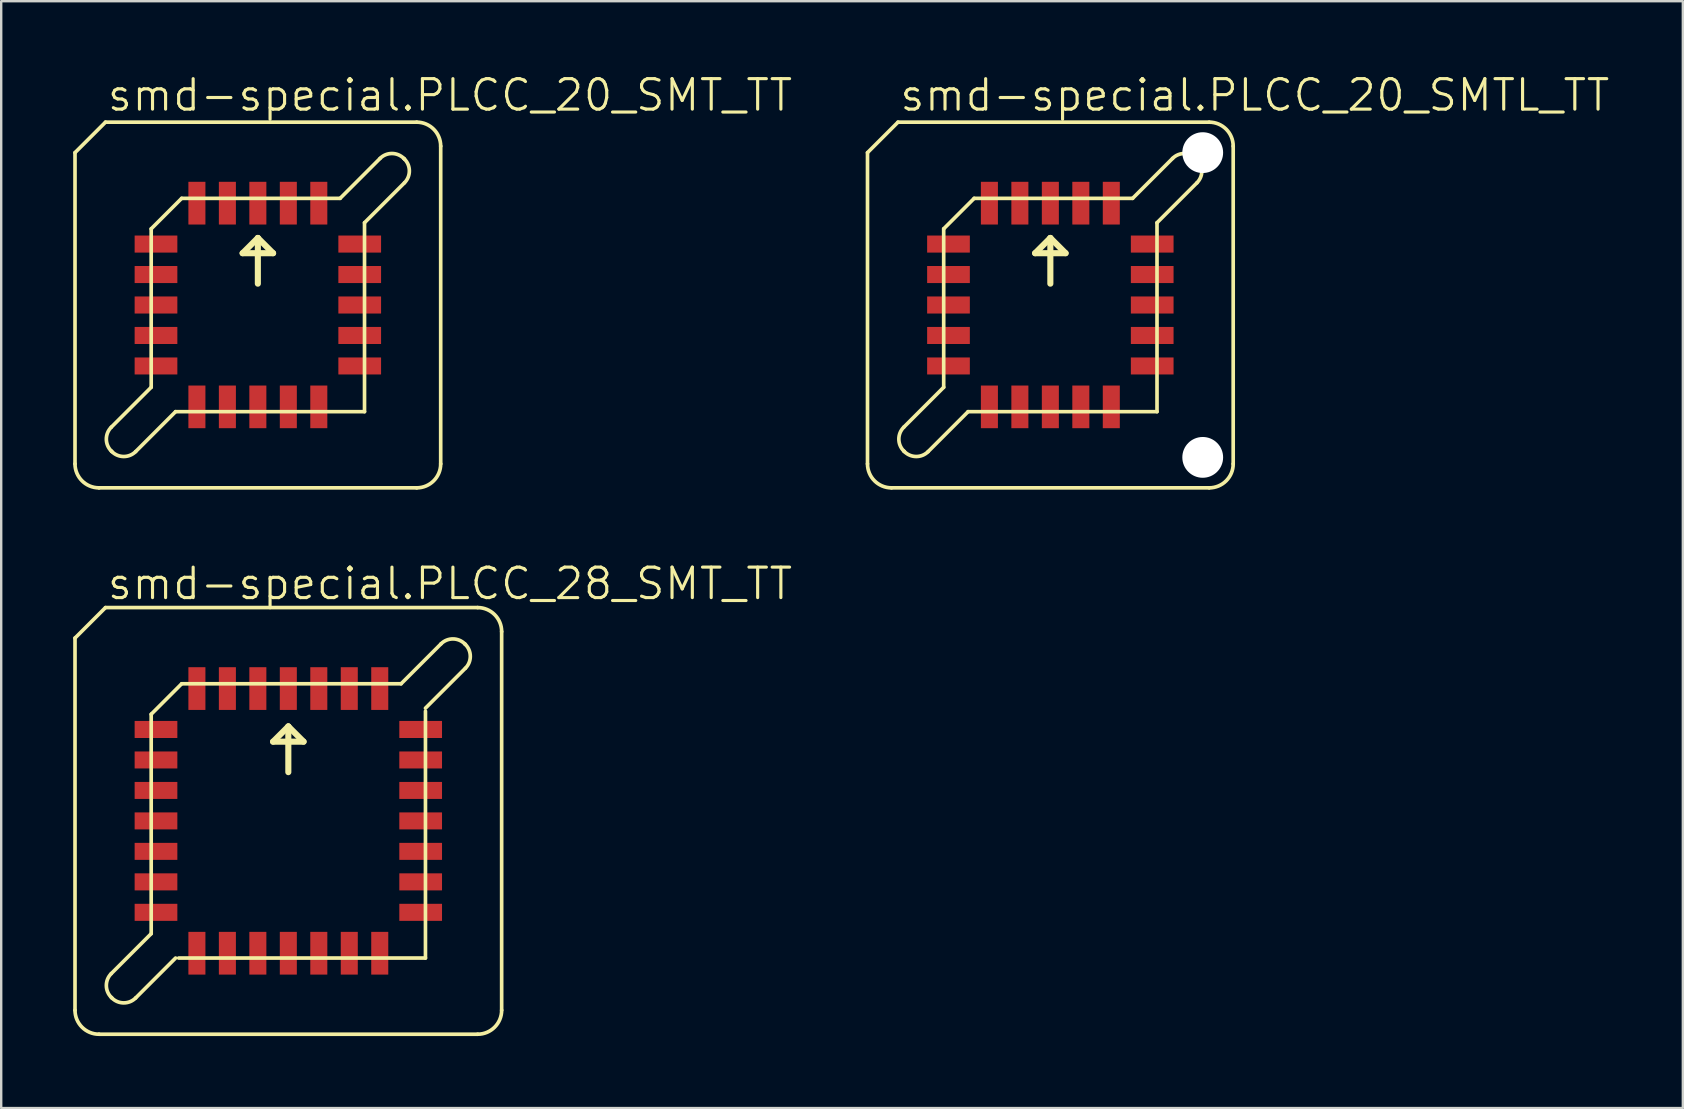
<source format=kicad_pcb>
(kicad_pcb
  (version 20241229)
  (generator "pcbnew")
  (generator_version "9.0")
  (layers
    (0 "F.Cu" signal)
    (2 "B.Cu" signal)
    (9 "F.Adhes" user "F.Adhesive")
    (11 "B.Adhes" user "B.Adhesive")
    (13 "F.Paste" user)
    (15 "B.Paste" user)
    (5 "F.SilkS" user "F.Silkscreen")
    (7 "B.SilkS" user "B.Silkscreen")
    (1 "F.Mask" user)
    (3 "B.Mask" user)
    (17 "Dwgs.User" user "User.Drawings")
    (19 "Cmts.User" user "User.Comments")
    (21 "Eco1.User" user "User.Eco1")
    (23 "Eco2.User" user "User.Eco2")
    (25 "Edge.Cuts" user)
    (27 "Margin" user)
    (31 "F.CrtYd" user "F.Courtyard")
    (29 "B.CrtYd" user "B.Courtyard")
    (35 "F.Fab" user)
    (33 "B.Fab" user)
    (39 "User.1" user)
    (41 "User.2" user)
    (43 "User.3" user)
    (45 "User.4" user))
  (footprint "smd-special.PLCC_28_SMT_TT"
    (layer "F.Cu")
    (at 8.966 31.161)
    (property "Reference" "smd-special.PLCC_28_SMT_TT" (at -7.62 -9.144 0) (layer "F.SilkS") (effects (font (size 1.27 1.27) (thickness 0.13)) (justify left bottom)))
    (attr smd)
    (fp_line (start -8.89 7.89) (end -8.89 -7.62) (stroke (width 0.152) (type default)) (layer "F.SilkS"))
    (fp_line (start -7.89 8.89) (end 7.89 8.89) (stroke (width 0.152) (type default)) (layer "F.SilkS"))
    (fp_line (start -7.62 -8.89) (end -8.89 -7.62) (stroke (width 0.152) (type default)) (layer "F.SilkS"))
    (fp_line (start -7.379 6.363) (end -5.715 4.699) (stroke (width 0.152) (type default)) (layer "F.SilkS"))
    (fp_line (start -7.353 7.379) (end -7.379 7.353) (stroke (width 0.152) (type default)) (layer "F.SilkS"))
    (fp_line (start -5.715 -4.445) (end -4.445 -5.715) (stroke (width 0.152) (type default)) (layer "F.SilkS"))
    (fp_line (start -5.715 4.699) (end -5.715 -4.445) (stroke (width 0.152) (type default)) (layer "F.SilkS"))
    (fp_line (start -4.699 5.715) (end -6.363 7.379) (stroke (width 0.152) (type default)) (layer "F.SilkS"))
    (fp_line (start -4.572 5.715) (end 5.715 5.715) (stroke (width 0.152) (type default)) (layer "F.SilkS"))
    (fp_line (start -0.635 -3.302) (end 0 -3.937) (stroke (width 0.254) (type default)) (layer "F.SilkS"))
    (fp_line (start 0 -3.937) (end 0 -2.032) (stroke (width 0.254) (type default)) (layer "F.SilkS"))
    (fp_line (start 0 -3.937) (end 0.635 -3.302) (stroke (width 0.254) (type default)) (layer "F.SilkS"))
    (fp_line (start 0.635 -3.302) (end -0.635 -3.302) (stroke (width 0.254) (type default)) (layer "F.SilkS"))
    (fp_line (start 4.699 -5.715) (end -4.445 -5.715) (stroke (width 0.152) (type default)) (layer "F.SilkS"))
    (fp_line (start 5.715 -4.699) (end 7.379 -6.363) (stroke (width 0.152) (type default)) (layer "F.SilkS"))
    (fp_line (start 5.715 -4.572) (end 5.715 5.715) (stroke (width 0.152) (type default)) (layer "F.SilkS"))
    (fp_line (start 6.363 -7.379) (end 4.699 -5.715) (stroke (width 0.152) (type default)) (layer "F.SilkS"))
    (fp_line (start 7.379 -7.353) (end 7.353 -7.379) (stroke (width 0.152) (type default)) (layer "F.SilkS"))
    (fp_line (start 7.89 -8.89) (end -7.62 -8.89) (stroke (width 0.152) (type default)) (layer "F.SilkS"))
    (fp_line (start 8.89 7.89) (end 8.89 -7.89) (stroke (width 0.152) (type default)) (layer "F.SilkS"))
    (fp_arc (start -7.89 8.89) (mid -8.597107 8.597107) (end -8.89 7.89) (stroke (width 0.1524) (type default)) (layer "F.SilkS"))
    (fp_arc (start -7.379 7.353) (mid -7.584036 6.858) (end -7.379 6.363) (stroke (width 0.1524) (type default)) (layer "F.SilkS"))
    (fp_arc (start -6.363 7.379) (mid -6.858 7.584036) (end -7.353 7.379) (stroke (width 0.1524) (type default)) (layer "F.SilkS"))
    (fp_arc (start 6.363 -7.379) (mid 6.858 -7.584036) (end 7.353 -7.379) (stroke (width 0.1524) (type default)) (layer "F.SilkS"))
    (fp_arc (start 7.379 -7.353) (mid 7.584036 -6.858) (end 7.379 -6.363) (stroke (width 0.1524) (type default)) (layer "F.SilkS"))
    (fp_arc (start 7.89 -8.89) (mid 8.597107 -8.597107) (end 8.89 -7.89) (stroke (width 0.1524) (type default)) (layer "F.SilkS"))
    (fp_arc (start 8.89 7.89) (mid 8.597107 8.597107) (end 7.89 8.89) (stroke (width 0.1524) (type default)) (layer "F.SilkS"))
    (pad "1" smd roundrect (at 0 -5.515) (size 0.71 1.78) (layers "F.Cu" "F.Mask" "F.Paste") (roundrect_rratio 0.01))
    (pad "2" smd roundrect (at -1.27 -5.515) (size 0.71 1.78) (layers "F.Cu" "F.Mask" "F.Paste") (roundrect_rratio 0.01))
    (pad "3" smd roundrect (at -2.54 -5.515) (size 0.71 1.78) (layers "F.Cu" "F.Mask" "F.Paste") (roundrect_rratio 0.01))
    (pad "4" smd roundrect (at -3.81 -5.515) (size 0.71 1.78) (layers "F.Cu" "F.Mask" "F.Paste") (roundrect_rratio 0.01))
    (pad "5" smd roundrect (at -5.515 -3.81) (size 1.78 0.71) (layers "F.Cu" "F.Mask" "F.Paste") (roundrect_rratio 0.01))
    (pad "6" smd roundrect (at -5.515 -2.54) (size 1.78 0.71) (layers "F.Cu" "F.Mask" "F.Paste") (roundrect_rratio 0.01))
    (pad "7" smd roundrect (at -5.515 -1.27) (size 1.78 0.71) (layers "F.Cu" "F.Mask" "F.Paste") (roundrect_rratio 0.01))
    (pad "8" smd roundrect (at -5.515 0) (size 1.78 0.71) (layers "F.Cu" "F.Mask" "F.Paste") (roundrect_rratio 0.01))
    (pad "9" smd roundrect (at -5.515 1.27) (size 1.78 0.71) (layers "F.Cu" "F.Mask" "F.Paste") (roundrect_rratio 0.01))
    (pad "10" smd roundrect (at -5.515 2.54) (size 1.78 0.71) (layers "F.Cu" "F.Mask" "F.Paste") (roundrect_rratio 0.01))
    (pad "11" smd roundrect (at -5.515 3.81) (size 1.78 0.71) (layers "F.Cu" "F.Mask" "F.Paste") (roundrect_rratio 0.01))
    (pad "12" smd roundrect (at -3.81 5.515) (size 0.71 1.78) (layers "F.Cu" "F.Mask" "F.Paste") (roundrect_rratio 0.01))
    (pad "13" smd roundrect (at -2.54 5.515) (size 0.71 1.78) (layers "F.Cu" "F.Mask" "F.Paste") (roundrect_rratio 0.01))
    (pad "14" smd roundrect (at -1.27 5.515) (size 0.71 1.78) (layers "F.Cu" "F.Mask" "F.Paste") (roundrect_rratio 0.01))
    (pad "15" smd roundrect (at 0 5.515) (size 0.71 1.78) (layers "F.Cu" "F.Mask" "F.Paste") (roundrect_rratio 0.01))
    (pad "16" smd roundrect (at 1.27 5.515) (size 0.71 1.78) (layers "F.Cu" "F.Mask" "F.Paste") (roundrect_rratio 0.01))
    (pad "17" smd roundrect (at 2.54 5.515) (size 0.71 1.78) (layers "F.Cu" "F.Mask" "F.Paste") (roundrect_rratio 0.01))
    (pad "18" smd roundrect (at 3.81 5.515) (size 0.71 1.78) (layers "F.Cu" "F.Mask" "F.Paste") (roundrect_rratio 0.01))
    (pad "19" smd roundrect (at 5.515 3.81) (size 1.78 0.71) (layers "F.Cu" "F.Mask" "F.Paste") (roundrect_rratio 0.01))
    (pad "20" smd roundrect (at 5.515 2.54) (size 1.78 0.71) (layers "F.Cu" "F.Mask" "F.Paste") (roundrect_rratio 0.01))
    (pad "21" smd roundrect (at 5.515 1.27) (size 1.78 0.71) (layers "F.Cu" "F.Mask" "F.Paste") (roundrect_rratio 0.01))
    (pad "22" smd roundrect (at 5.515 0) (size 1.78 0.71) (layers "F.Cu" "F.Mask" "F.Paste") (roundrect_rratio 0.01))
    (pad "23" smd roundrect (at 5.515 -1.27) (size 1.78 0.71) (layers "F.Cu" "F.Mask" "F.Paste") (roundrect_rratio 0.01))
    (pad "24" smd roundrect (at 5.515 -2.54) (size 1.78 0.71) (layers "F.Cu" "F.Mask" "F.Paste") (roundrect_rratio 0.01))
    (pad "25" smd roundrect (at 5.515 -3.81) (size 1.78 0.71) (layers "F.Cu" "F.Mask" "F.Paste") (roundrect_rratio 0.01))
    (pad "26" smd roundrect (at 3.81 -5.515) (size 0.71 1.78) (layers "F.Cu" "F.Mask" "F.Paste") (roundrect_rratio 0.01))
    (pad "27" smd roundrect (at 2.54 -5.515) (size 0.71 1.78) (layers "F.Cu" "F.Mask" "F.Paste") (roundrect_rratio 0.01))
    (pad "28" smd roundrect (at 1.27 -5.515) (size 0.71 1.78) (layers "F.Cu" "F.Mask" "F.Paste") (roundrect_rratio 0.01)))
  (footprint "smd-special.PLCC_20_SMTL_TT"
    (layer "F.Cu")
    (at 40.723 9.661)
    (property "Reference" "smd-special.PLCC_20_SMTL_TT" (at -6.35 -8.001 0) (layer "F.SilkS") (effects (font (size 1.27 1.27) (thickness 0.13)) (justify left bottom)))
    (attr smd)
    (fp_line (start -7.62 -6.35) (end -7.62 6.62) (stroke (width 0.152) (type default)) (layer "F.SilkS"))
    (fp_line (start -6.62 7.62) (end 6.62 7.62) (stroke (width 0.152) (type default)) (layer "F.SilkS"))
    (fp_line (start -6.35 -7.62) (end -7.62 -6.35) (stroke (width 0.152) (type default)) (layer "F.SilkS"))
    (fp_line (start -6.109 5.093) (end -4.445 3.429) (stroke (width 0.152) (type default)) (layer "F.SilkS"))
    (fp_line (start -6.083 6.109) (end -6.109 6.083) (stroke (width 0.152) (type default)) (layer "F.SilkS"))
    (fp_line (start -4.445 -3.175) (end -3.175 -4.445) (stroke (width 0.152) (type default)) (layer "F.SilkS"))
    (fp_line (start -4.445 3.429) (end -4.445 -3.175) (stroke (width 0.152) (type default)) (layer "F.SilkS"))
    (fp_line (start -3.429 4.445) (end -5.093 6.109) (stroke (width 0.152) (type default)) (layer "F.SilkS"))
    (fp_line (start -3.429 4.445) (end 4.445 4.445) (stroke (width 0.152) (type default)) (layer "F.SilkS"))
    (fp_line (start -0.635 -2.159) (end 0 -2.794) (stroke (width 0.254) (type default)) (layer "F.SilkS"))
    (fp_line (start 0 -2.794) (end 0 -0.889) (stroke (width 0.254) (type default)) (layer "F.SilkS"))
    (fp_line (start 0 -2.794) (end 0.635 -2.159) (stroke (width 0.254) (type default)) (layer "F.SilkS"))
    (fp_line (start 0.635 -2.159) (end -0.635 -2.159) (stroke (width 0.254) (type default)) (layer "F.SilkS"))
    (fp_line (start 3.429 -4.445) (end -3.175 -4.445) (stroke (width 0.152) (type default)) (layer "F.SilkS"))
    (fp_line (start 4.445 -3.429) (end 4.445 4.445) (stroke (width 0.152) (type default)) (layer "F.SilkS"))
    (fp_line (start 4.445 -3.429) (end 6.109 -5.093) (stroke (width 0.152) (type default)) (layer "F.SilkS"))
    (fp_line (start 5.093 -6.109) (end 3.429 -4.445) (stroke (width 0.152) (type default)) (layer "F.SilkS"))
    (fp_line (start 6.109 -6.083) (end 6.083 -6.109) (stroke (width 0.152) (type default)) (layer "F.SilkS"))
    (fp_line (start 6.62 -7.62) (end -6.35 -7.62) (stroke (width 0.152) (type default)) (layer "F.SilkS"))
    (fp_line (start 7.62 6.62) (end 7.62 -6.62) (stroke (width 0.152) (type default)) (layer "F.SilkS"))
    (fp_arc (start -6.62 7.62) (mid -7.327107 7.327107) (end -7.62 6.62) (stroke (width 0.1524) (type default)) (layer "F.SilkS"))
    (fp_arc (start -6.109 6.083) (mid -6.314036 5.588) (end -6.109 5.093) (stroke (width 0.1524) (type default)) (layer "F.SilkS"))
    (fp_arc (start -5.093 6.109) (mid -5.588 6.314036) (end -6.083 6.109) (stroke (width 0.1524) (type default)) (layer "F.SilkS"))
    (fp_arc (start 5.093 -6.109) (mid 5.588 -6.314036) (end 6.083 -6.109) (stroke (width 0.1524) (type default)) (layer "F.SilkS"))
    (fp_arc (start 6.109 -6.083) (mid 6.314036 -5.588) (end 6.109 -5.093) (stroke (width 0.1524) (type default)) (layer "F.SilkS"))
    (fp_arc (start 6.62 -7.62) (mid 7.327107 -7.327107) (end 7.62 -6.62) (stroke (width 0.1524) (type default)) (layer "F.SilkS"))
    (fp_arc (start 7.62 6.62) (mid 7.327107 7.327107) (end 6.62 7.62) (stroke (width 0.1524) (type default)) (layer "F.SilkS"))
    (pad "" np_thru_hole circle (at 6.35 -6.35) (size 1.7 1.7) (drill 1.7) (layers "*.Cu" "*.Mask"))
    (pad "" np_thru_hole circle (at 6.35 6.35) (size 1.7 1.7) (drill 1.7) (layers "*.Cu" "*.Mask"))
    (pad "1" smd roundrect (at 0 -4.245) (size 0.71 1.78) (layers "F.Cu" "F.Mask" "F.Paste") (roundrect_rratio 0.01))
    (pad "2" smd roundrect (at -1.27 -4.245) (size 0.71 1.78) (layers "F.Cu" "F.Mask" "F.Paste") (roundrect_rratio 0.01))
    (pad "3" smd roundrect (at -2.54 -4.245) (size 0.71 1.78) (layers "F.Cu" "F.Mask" "F.Paste") (roundrect_rratio 0.01))
    (pad "4" smd roundrect (at -4.245 -2.54) (size 1.78 0.71) (layers "F.Cu" "F.Mask" "F.Paste") (roundrect_rratio 0.01))
    (pad "5" smd roundrect (at -4.245 -1.27) (size 1.78 0.71) (layers "F.Cu" "F.Mask" "F.Paste") (roundrect_rratio 0.01))
    (pad "6" smd roundrect (at -4.245 0) (size 1.78 0.71) (layers "F.Cu" "F.Mask" "F.Paste") (roundrect_rratio 0.01))
    (pad "7" smd roundrect (at -4.245 1.27) (size 1.78 0.71) (layers "F.Cu" "F.Mask" "F.Paste") (roundrect_rratio 0.01))
    (pad "8" smd roundrect (at -4.245 2.54) (size 1.78 0.71) (layers "F.Cu" "F.Mask" "F.Paste") (roundrect_rratio 0.01))
    (pad "9" smd roundrect (at -2.54 4.245) (size 0.71 1.78) (layers "F.Cu" "F.Mask" "F.Paste") (roundrect_rratio 0.01))
    (pad "10" smd roundrect (at -1.27 4.245) (size 0.71 1.78) (layers "F.Cu" "F.Mask" "F.Paste") (roundrect_rratio 0.01))
    (pad "11" smd roundrect (at 0 4.245) (size 0.71 1.78) (layers "F.Cu" "F.Mask" "F.Paste") (roundrect_rratio 0.01))
    (pad "12" smd roundrect (at 1.27 4.245) (size 0.71 1.78) (layers "F.Cu" "F.Mask" "F.Paste") (roundrect_rratio 0.01))
    (pad "13" smd roundrect (at 2.54 4.245) (size 0.71 1.78) (layers "F.Cu" "F.Mask" "F.Paste") (roundrect_rratio 0.01))
    (pad "14" smd roundrect (at 4.245 2.54) (size 1.78 0.71) (layers "F.Cu" "F.Mask" "F.Paste") (roundrect_rratio 0.01))
    (pad "15" smd roundrect (at 4.245 1.27) (size 1.78 0.71) (layers "F.Cu" "F.Mask" "F.Paste") (roundrect_rratio 0.01))
    (pad "16" smd roundrect (at 4.245 0) (size 1.78 0.71) (layers "F.Cu" "F.Mask" "F.Paste") (roundrect_rratio 0.01))
    (pad "17" smd roundrect (at 4.245 -1.27) (size 1.78 0.71) (layers "F.Cu" "F.Mask" "F.Paste") (roundrect_rratio 0.01))
    (pad "18" smd roundrect (at 4.245 -2.54) (size 1.78 0.71) (layers "F.Cu" "F.Mask" "F.Paste") (roundrect_rratio 0.01))
    (pad "19" smd roundrect (at 2.54 -4.245) (size 0.71 1.78) (layers "F.Cu" "F.Mask" "F.Paste") (roundrect_rratio 0.01))
    (pad "20" smd roundrect (at 1.27 -4.245) (size 0.71 1.78) (layers "F.Cu" "F.Mask" "F.Paste") (roundrect_rratio 0.01)))
  (footprint "smd-special.PLCC_20_SMT_TT"
    (layer "F.Cu")
    (at 7.696 9.661)
    (property "Reference" "smd-special.PLCC_20_SMT_TT" (at -6.35 -8.001 0) (layer "F.SilkS") (effects (font (size 1.27 1.27) (thickness 0.13)) (justify left bottom)))
    (attr smd)
    (fp_line (start -7.62 -6.35) (end -7.62 6.62) (stroke (width 0.152) (type default)) (layer "F.SilkS"))
    (fp_line (start -6.62 7.62) (end 6.62 7.62) (stroke (width 0.152) (type default)) (layer "F.SilkS"))
    (fp_line (start -6.35 -7.62) (end -7.62 -6.35) (stroke (width 0.152) (type default)) (layer "F.SilkS"))
    (fp_line (start -6.109 5.093) (end -4.445 3.429) (stroke (width 0.152) (type default)) (layer "F.SilkS"))
    (fp_line (start -6.083 6.109) (end -6.109 6.083) (stroke (width 0.152) (type default)) (layer "F.SilkS"))
    (fp_line (start -4.445 -3.175) (end -3.175 -4.445) (stroke (width 0.152) (type default)) (layer "F.SilkS"))
    (fp_line (start -4.445 3.429) (end -4.445 -3.175) (stroke (width 0.152) (type default)) (layer "F.SilkS"))
    (fp_line (start -3.429 4.445) (end -5.093 6.109) (stroke (width 0.152) (type default)) (layer "F.SilkS"))
    (fp_line (start -3.429 4.445) (end 4.445 4.445) (stroke (width 0.152) (type default)) (layer "F.SilkS"))
    (fp_line (start -0.635 -2.159) (end 0 -2.794) (stroke (width 0.254) (type default)) (layer "F.SilkS"))
    (fp_line (start 0 -2.794) (end 0 -0.889) (stroke (width 0.254) (type default)) (layer "F.SilkS"))
    (fp_line (start 0 -2.794) (end 0.635 -2.159) (stroke (width 0.254) (type default)) (layer "F.SilkS"))
    (fp_line (start 0.635 -2.159) (end -0.635 -2.159) (stroke (width 0.254) (type default)) (layer "F.SilkS"))
    (fp_line (start 3.429 -4.445) (end -3.175 -4.445) (stroke (width 0.152) (type default)) (layer "F.SilkS"))
    (fp_line (start 4.445 -3.429) (end 4.445 4.445) (stroke (width 0.152) (type default)) (layer "F.SilkS"))
    (fp_line (start 4.445 -3.429) (end 6.109 -5.093) (stroke (width 0.152) (type default)) (layer "F.SilkS"))
    (fp_line (start 5.093 -6.109) (end 3.429 -4.445) (stroke (width 0.152) (type default)) (layer "F.SilkS"))
    (fp_line (start 6.109 -6.083) (end 6.083 -6.109) (stroke (width 0.152) (type default)) (layer "F.SilkS"))
    (fp_line (start 6.62 -7.62) (end -6.35 -7.62) (stroke (width 0.152) (type default)) (layer "F.SilkS"))
    (fp_line (start 7.62 6.62) (end 7.62 -6.62) (stroke (width 0.152) (type default)) (layer "F.SilkS"))
    (fp_arc (start -6.62 7.62) (mid -7.327107 7.327107) (end -7.62 6.62) (stroke (width 0.1524) (type default)) (layer "F.SilkS"))
    (fp_arc (start -6.109 6.083) (mid -6.314036 5.588) (end -6.109 5.093) (stroke (width 0.1524) (type default)) (layer "F.SilkS"))
    (fp_arc (start -5.093 6.109) (mid -5.588 6.314036) (end -6.083 6.109) (stroke (width 0.1524) (type default)) (layer "F.SilkS"))
    (fp_arc (start 5.093 -6.109) (mid 5.588 -6.314036) (end 6.083 -6.109) (stroke (width 0.1524) (type default)) (layer "F.SilkS"))
    (fp_arc (start 6.109 -6.083) (mid 6.314036 -5.588) (end 6.109 -5.093) (stroke (width 0.1524) (type default)) (layer "F.SilkS"))
    (fp_arc (start 6.62 -7.62) (mid 7.327107 -7.327107) (end 7.62 -6.62) (stroke (width 0.1524) (type default)) (layer "F.SilkS"))
    (fp_arc (start 7.62 6.62) (mid 7.327107 7.327107) (end 6.62 7.62) (stroke (width 0.1524) (type default)) (layer "F.SilkS"))
    (pad "1" smd roundrect (at 0 -4.245) (size 0.71 1.78) (layers "F.Cu" "F.Mask" "F.Paste") (roundrect_rratio 0.01))
    (pad "2" smd roundrect (at -1.27 -4.245) (size 0.71 1.78) (layers "F.Cu" "F.Mask" "F.Paste") (roundrect_rratio 0.01))
    (pad "3" smd roundrect (at -2.54 -4.245) (size 0.71 1.78) (layers "F.Cu" "F.Mask" "F.Paste") (roundrect_rratio 0.01))
    (pad "4" smd roundrect (at -4.245 -2.54) (size 1.78 0.71) (layers "F.Cu" "F.Mask" "F.Paste") (roundrect_rratio 0.01))
    (pad "5" smd roundrect (at -4.245 -1.27) (size 1.78 0.71) (layers "F.Cu" "F.Mask" "F.Paste") (roundrect_rratio 0.01))
    (pad "6" smd roundrect (at -4.245 0) (size 1.78 0.71) (layers "F.Cu" "F.Mask" "F.Paste") (roundrect_rratio 0.01))
    (pad "7" smd roundrect (at -4.245 1.27) (size 1.78 0.71) (layers "F.Cu" "F.Mask" "F.Paste") (roundrect_rratio 0.01))
    (pad "8" smd roundrect (at -4.245 2.54) (size 1.78 0.71) (layers "F.Cu" "F.Mask" "F.Paste") (roundrect_rratio 0.01))
    (pad "9" smd roundrect (at -2.54 4.245) (size 0.71 1.78) (layers "F.Cu" "F.Mask" "F.Paste") (roundrect_rratio 0.01))
    (pad "10" smd roundrect (at -1.27 4.245) (size 0.71 1.78) (layers "F.Cu" "F.Mask" "F.Paste") (roundrect_rratio 0.01))
    (pad "11" smd roundrect (at 0 4.245) (size 0.71 1.78) (layers "F.Cu" "F.Mask" "F.Paste") (roundrect_rratio 0.01))
    (pad "12" smd roundrect (at 1.27 4.245) (size 0.71 1.78) (layers "F.Cu" "F.Mask" "F.Paste") (roundrect_rratio 0.01))
    (pad "13" smd roundrect (at 2.54 4.245) (size 0.71 1.78) (layers "F.Cu" "F.Mask" "F.Paste") (roundrect_rratio 0.01))
    (pad "14" smd roundrect (at 4.245 2.54) (size 1.78 0.71) (layers "F.Cu" "F.Mask" "F.Paste") (roundrect_rratio 0.01))
    (pad "15" smd roundrect (at 4.245 1.27) (size 1.78 0.71) (layers "F.Cu" "F.Mask" "F.Paste") (roundrect_rratio 0.01))
    (pad "16" smd roundrect (at 4.245 0) (size 1.78 0.71) (layers "F.Cu" "F.Mask" "F.Paste") (roundrect_rratio 0.01))
    (pad "17" smd roundrect (at 4.245 -1.27) (size 1.78 0.71) (layers "F.Cu" "F.Mask" "F.Paste") (roundrect_rratio 0.01))
    (pad "18" smd roundrect (at 4.245 -2.54) (size 1.78 0.71) (layers "F.Cu" "F.Mask" "F.Paste") (roundrect_rratio 0.01))
    (pad "19" smd roundrect (at 2.54 -4.245) (size 0.71 1.78) (layers "F.Cu" "F.Mask" "F.Paste") (roundrect_rratio 0.01))
    (pad "20" smd roundrect (at 1.27 -4.245) (size 0.71 1.78) (layers "F.Cu" "F.Mask" "F.Paste") (roundrect_rratio 0.01)))
  (gr_rect
    (start -3 -3)
    (end 67.082 43.127)
    (stroke (width 0.1) (type default))
    (fill no)
    (layer "Edge.Cuts")))
</source>
